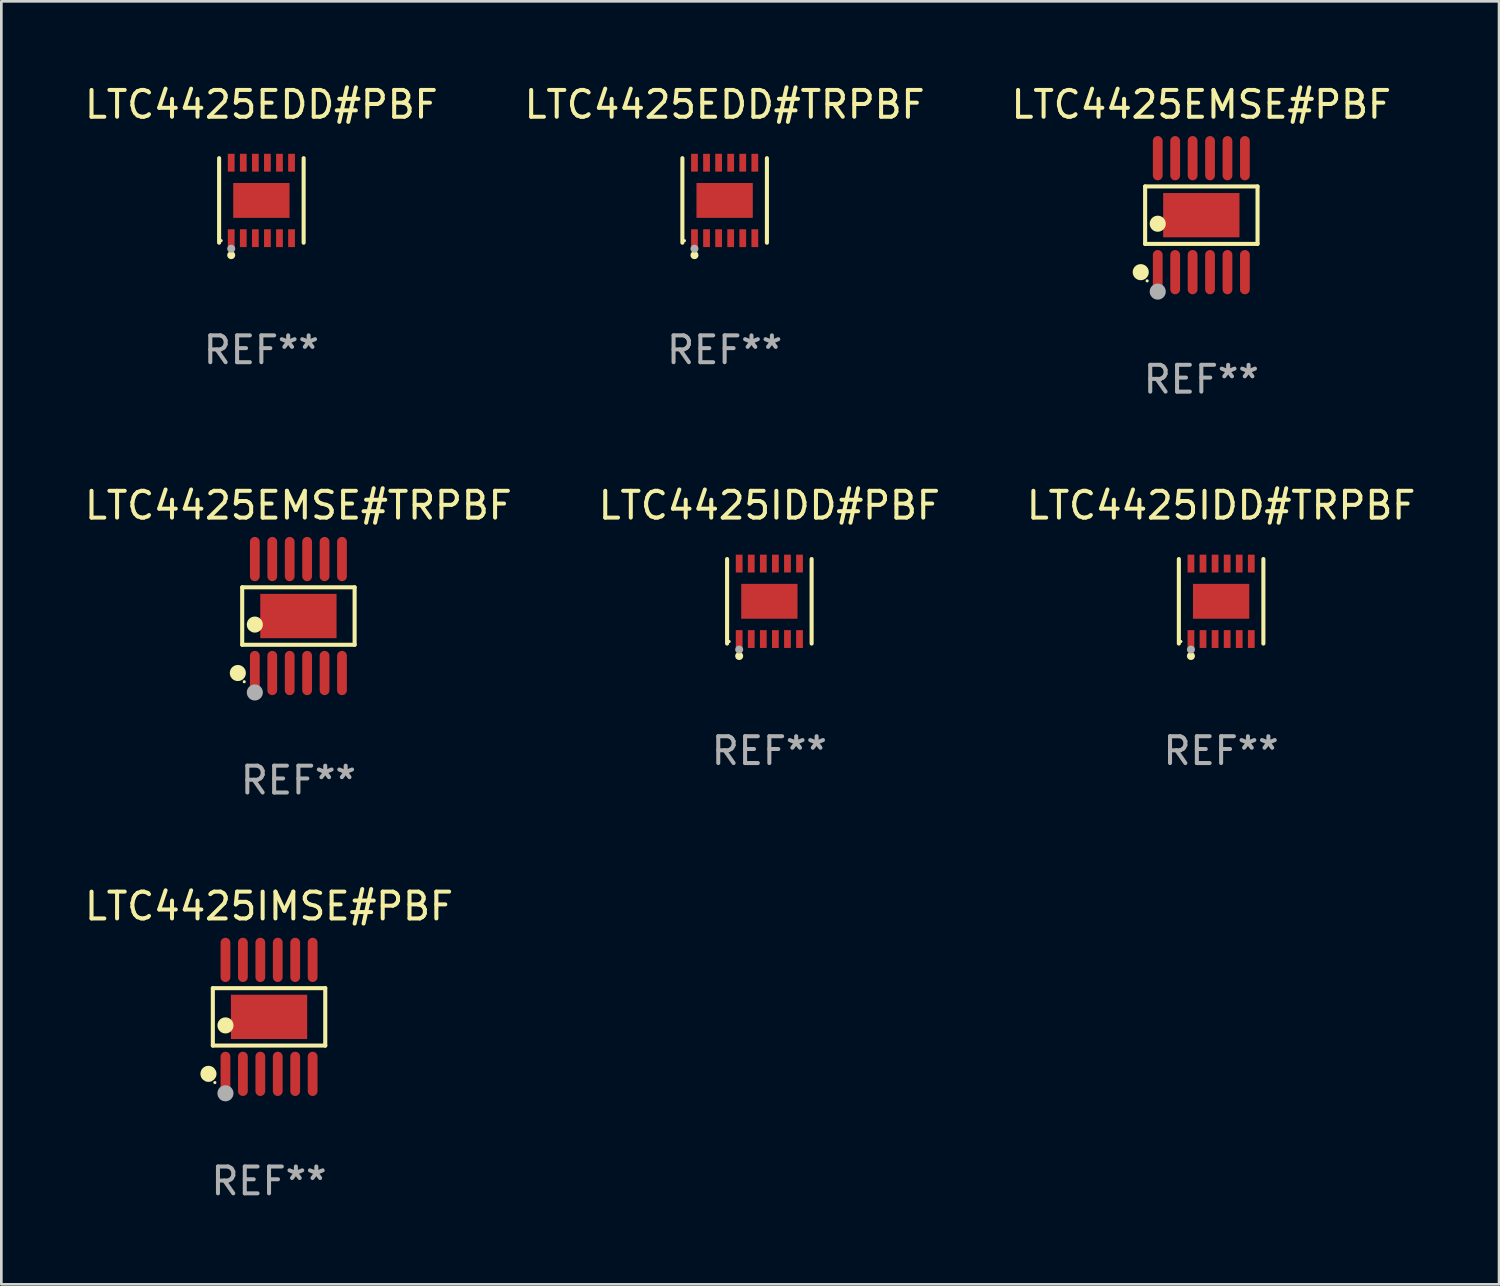
<source format=kicad_pcb>
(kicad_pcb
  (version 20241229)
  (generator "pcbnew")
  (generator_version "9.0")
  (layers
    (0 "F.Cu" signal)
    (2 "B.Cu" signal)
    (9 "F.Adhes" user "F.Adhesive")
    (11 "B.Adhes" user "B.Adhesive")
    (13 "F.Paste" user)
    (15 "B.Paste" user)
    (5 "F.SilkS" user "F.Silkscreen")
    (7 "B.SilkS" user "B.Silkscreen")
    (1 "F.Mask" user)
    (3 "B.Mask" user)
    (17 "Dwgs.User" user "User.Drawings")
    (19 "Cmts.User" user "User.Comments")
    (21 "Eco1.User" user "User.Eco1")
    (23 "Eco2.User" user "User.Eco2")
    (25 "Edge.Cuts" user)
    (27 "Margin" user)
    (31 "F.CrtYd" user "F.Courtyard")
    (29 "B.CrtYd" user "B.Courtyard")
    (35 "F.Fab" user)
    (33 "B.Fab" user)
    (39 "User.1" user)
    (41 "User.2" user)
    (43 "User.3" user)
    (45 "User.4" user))
  (footprint "LTC4425EMSE#PBF"
    (layer "F.Cu")
    (at 41.744 4.973)
    (property "Reference" "LTC4425EMSE#PBF" (at 0 -4.125 0) (layer "F.SilkS") (effects (font (size 1 1) (thickness 0.15))))
    (attr through_hole)
    (fp_line (start -2.096 -1.071) (end 2.096 -1.071) (stroke (width 0.152) (type solid)) (layer "F.SilkS"))
    (fp_line (start -2.096 1.071) (end -2.096 -1.071) (stroke (width 0.152) (type solid)) (layer "F.SilkS"))
    (fp_line (start 2.096 -1.071) (end 2.096 1.071) (stroke (width 0.152) (type solid)) (layer "F.SilkS"))
    (fp_line (start 2.096 1.071) (end -2.096 1.071) (stroke (width 0.152) (type solid)) (layer "F.SilkS"))
    (fp_circle (center -2.259 2.125) (end -2.109 2.125) (stroke (width 0.3) (type solid)) (fill no) (layer "F.SilkS"))
    (fp_circle (center -2.02 2.45) (end -1.99 2.45) (stroke (width 0.06) (type solid)) (fill no) (layer "F.SilkS"))
    (fp_circle (center -1.625 0.319) (end -1.475 0.319) (stroke (width 0.3) (type solid)) (fill no) (layer "F.SilkS"))
    (fp_circle (center -1.625 2.85) (end -1.475 2.85) (stroke (width 0.3) (type solid)) (fill no) (layer "F.Fab"))
    (fp_text user "REF**" (at 0 6.125 0) (layer "F.Fab") (effects (font (size 1 1) (thickness 0.15))))
    (pad "1" smd oval (at -1.625 2.125) (size 0.364 1.65) (layers "F.Cu" "F.Mask" "F.Paste"))
    (pad "2" smd oval (at -0.975 2.125) (size 0.364 1.65) (layers "F.Cu" "F.Mask" "F.Paste"))
    (pad "3" smd oval (at -0.325 2.125) (size 0.364 1.65) (layers "F.Cu" "F.Mask" "F.Paste"))
    (pad "4" smd oval (at 0.325 2.125) (size 0.364 1.65) (layers "F.Cu" "F.Mask" "F.Paste"))
    (pad "5" smd oval (at 0.975 2.125) (size 0.364 1.65) (layers "F.Cu" "F.Mask" "F.Paste"))
    (pad "6" smd oval (at 1.625 2.125) (size 0.364 1.65) (layers "F.Cu" "F.Mask" "F.Paste"))
    (pad "7" smd oval (at 1.625 -2.125) (size 0.364 1.65) (layers "F.Cu" "F.Mask" "F.Paste"))
    (pad "8" smd oval (at 0.975 -2.125) (size 0.364 1.65) (layers "F.Cu" "F.Mask" "F.Paste"))
    (pad "9" smd oval (at 0.325 -2.125) (size 0.364 1.65) (layers "F.Cu" "F.Mask" "F.Paste"))
    (pad "10" smd oval (at -0.325 -2.125) (size 0.364 1.65) (layers "F.Cu" "F.Mask" "F.Paste"))
    (pad "11" smd oval (at -0.975 -2.125) (size 0.364 1.65) (layers "F.Cu" "F.Mask" "F.Paste"))
    (pad "12" smd oval (at -1.625 -2.125) (size 0.364 1.65) (layers "F.Cu" "F.Mask" "F.Paste"))
    (pad "13" smd rect (at 0 0) (size 2.845 1.651) (layers "F.Cu" "F.Mask" "F.Paste")))
  (footprint "LTC4425IDD#TRPBF"
    (layer "F.Cu")
    (at 42.482 19.371)
    (property "Reference" "LTC4425IDD#TRPBF" (at 0 -3.576 0) (layer "F.SilkS") (effects (font (size 1 1) (thickness 0.15))))
    (attr through_hole)
    (fp_line (start -1.576 1.576) (end -1.576 -1.576) (stroke (width 0.152) (type solid)) (layer "F.SilkS"))
    (fp_line (start 1.576 1.576) (end 1.576 -1.576) (stroke (width 0.152) (type solid)) (layer "F.SilkS"))
    (fp_circle (center -1.5 1.5) (end -1.47 1.5) (stroke (width 0.06) (type solid)) (fill no) (layer "F.SilkS"))
    (fp_circle (center -1.125 2.04) (end -1.05 2.04) (stroke (width 0.15) (type solid)) (fill no) (layer "F.SilkS"))
    (fp_circle (center -1.125 1.8) (end -1.05 1.8) (stroke (width 0.15) (type solid)) (fill no) (layer "F.Fab"))
    (fp_text user "REF**" (at 0 5.576 0) (layer "F.Fab") (effects (font (size 1 1) (thickness 0.15))))
    (pad "1" smd rect (at -1.125 1.407) (size 0.252 0.665) (layers "F.Cu" "F.Mask" "F.Paste"))
    (pad "2" smd rect (at -0.675 1.407) (size 0.252 0.665) (layers "F.Cu" "F.Mask" "F.Paste"))
    (pad "3" smd rect (at -0.225 1.407) (size 0.252 0.665) (layers "F.Cu" "F.Mask" "F.Paste"))
    (pad "4" smd rect (at 0.225 1.407) (size 0.252 0.665) (layers "F.Cu" "F.Mask" "F.Paste"))
    (pad "5" smd rect (at 0.675 1.407) (size 0.252 0.665) (layers "F.Cu" "F.Mask" "F.Paste"))
    (pad "6" smd rect (at 1.125 1.407) (size 0.252 0.665) (layers "F.Cu" "F.Mask" "F.Paste"))
    (pad "7" smd rect (at 1.125 -1.407) (size 0.252 0.665) (layers "F.Cu" "F.Mask" "F.Paste"))
    (pad "8" smd rect (at 0.675 -1.407) (size 0.252 0.665) (layers "F.Cu" "F.Mask" "F.Paste"))
    (pad "9" smd rect (at 0.225 -1.407) (size 0.252 0.665) (layers "F.Cu" "F.Mask" "F.Paste"))
    (pad "10" smd rect (at -0.225 -1.407) (size 0.252 0.665) (layers "F.Cu" "F.Mask" "F.Paste"))
    (pad "11" smd rect (at -0.675 -1.407) (size 0.252 0.665) (layers "F.Cu" "F.Mask" "F.Paste"))
    (pad "12" smd rect (at -1.125 -1.407) (size 0.252 0.665) (layers "F.Cu" "F.Mask" "F.Paste"))
    (pad "13" smd rect (at 0 0) (size 2.1 1.3) (layers "F.Cu" "F.Mask" "F.Paste")))
  (footprint "LTC4425EDD#TRPBF"
    (layer "F.Cu")
    (at 23.97 4.424)
    (property "Reference" "LTC4425EDD#TRPBF" (at 0 -3.576 0) (layer "F.SilkS") (effects (font (size 1 1) (thickness 0.15))))
    (attr through_hole)
    (fp_line (start -1.576 1.576) (end -1.576 -1.576) (stroke (width 0.152) (type solid)) (layer "F.SilkS"))
    (fp_line (start 1.576 1.576) (end 1.576 -1.576) (stroke (width 0.152) (type solid)) (layer "F.SilkS"))
    (fp_circle (center -1.5 1.5) (end -1.47 1.5) (stroke (width 0.06) (type solid)) (fill no) (layer "F.SilkS"))
    (fp_circle (center -1.125 2.04) (end -1.05 2.04) (stroke (width 0.15) (type solid)) (fill no) (layer "F.SilkS"))
    (fp_circle (center -1.125 1.8) (end -1.05 1.8) (stroke (width 0.15) (type solid)) (fill no) (layer "F.Fab"))
    (fp_text user "REF**" (at 0 5.576 0) (layer "F.Fab") (effects (font (size 1 1) (thickness 0.15))))
    (pad "1" smd rect (at -1.125 1.407) (size 0.252 0.665) (layers "F.Cu" "F.Mask" "F.Paste"))
    (pad "2" smd rect (at -0.675 1.407) (size 0.252 0.665) (layers "F.Cu" "F.Mask" "F.Paste"))
    (pad "3" smd rect (at -0.225 1.407) (size 0.252 0.665) (layers "F.Cu" "F.Mask" "F.Paste"))
    (pad "4" smd rect (at 0.225 1.407) (size 0.252 0.665) (layers "F.Cu" "F.Mask" "F.Paste"))
    (pad "5" smd rect (at 0.675 1.407) (size 0.252 0.665) (layers "F.Cu" "F.Mask" "F.Paste"))
    (pad "6" smd rect (at 1.125 1.407) (size 0.252 0.665) (layers "F.Cu" "F.Mask" "F.Paste"))
    (pad "7" smd rect (at 1.125 -1.407) (size 0.252 0.665) (layers "F.Cu" "F.Mask" "F.Paste"))
    (pad "8" smd rect (at 0.675 -1.407) (size 0.252 0.665) (layers "F.Cu" "F.Mask" "F.Paste"))
    (pad "9" smd rect (at 0.225 -1.407) (size 0.252 0.665) (layers "F.Cu" "F.Mask" "F.Paste"))
    (pad "10" smd rect (at -0.225 -1.407) (size 0.252 0.665) (layers "F.Cu" "F.Mask" "F.Paste"))
    (pad "11" smd rect (at -0.675 -1.407) (size 0.252 0.665) (layers "F.Cu" "F.Mask" "F.Paste"))
    (pad "12" smd rect (at -1.125 -1.407) (size 0.252 0.665) (layers "F.Cu" "F.Mask" "F.Paste"))
    (pad "13" smd rect (at 0 0) (size 2.1 1.3) (layers "F.Cu" "F.Mask" "F.Paste")))
  (footprint "LTC4425EMSE#TRPBF"
    (layer "F.Cu")
    (at 8.077 19.92)
    (property "Reference" "LTC4425EMSE#TRPBF" (at 0 -4.125 0) (layer "F.SilkS") (effects (font (size 1 1) (thickness 0.15))))
    (attr through_hole)
    (fp_line (start -2.096 -1.071) (end 2.096 -1.071) (stroke (width 0.152) (type solid)) (layer "F.SilkS"))
    (fp_line (start -2.096 1.071) (end -2.096 -1.071) (stroke (width 0.152) (type solid)) (layer "F.SilkS"))
    (fp_line (start 2.096 -1.071) (end 2.096 1.071) (stroke (width 0.152) (type solid)) (layer "F.SilkS"))
    (fp_line (start 2.096 1.071) (end -2.096 1.071) (stroke (width 0.152) (type solid)) (layer "F.SilkS"))
    (fp_circle (center -2.259 2.125) (end -2.109 2.125) (stroke (width 0.3) (type solid)) (fill no) (layer "F.SilkS"))
    (fp_circle (center -2.02 2.45) (end -1.99 2.45) (stroke (width 0.06) (type solid)) (fill no) (layer "F.SilkS"))
    (fp_circle (center -1.625 0.319) (end -1.475 0.319) (stroke (width 0.3) (type solid)) (fill no) (layer "F.SilkS"))
    (fp_circle (center -1.625 2.85) (end -1.475 2.85) (stroke (width 0.3) (type solid)) (fill no) (layer "F.Fab"))
    (fp_text user "REF**" (at 0 6.125 0) (layer "F.Fab") (effects (font (size 1 1) (thickness 0.15))))
    (pad "1" smd oval (at -1.625 2.125) (size 0.364 1.65) (layers "F.Cu" "F.Mask" "F.Paste"))
    (pad "2" smd oval (at -0.975 2.125) (size 0.364 1.65) (layers "F.Cu" "F.Mask" "F.Paste"))
    (pad "3" smd oval (at -0.325 2.125) (size 0.364 1.65) (layers "F.Cu" "F.Mask" "F.Paste"))
    (pad "4" smd oval (at 0.325 2.125) (size 0.364 1.65) (layers "F.Cu" "F.Mask" "F.Paste"))
    (pad "5" smd oval (at 0.975 2.125) (size 0.364 1.65) (layers "F.Cu" "F.Mask" "F.Paste"))
    (pad "6" smd oval (at 1.625 2.125) (size 0.364 1.65) (layers "F.Cu" "F.Mask" "F.Paste"))
    (pad "7" smd oval (at 1.625 -2.125) (size 0.364 1.65) (layers "F.Cu" "F.Mask" "F.Paste"))
    (pad "8" smd oval (at 0.975 -2.125) (size 0.364 1.65) (layers "F.Cu" "F.Mask" "F.Paste"))
    (pad "9" smd oval (at 0.325 -2.125) (size 0.364 1.65) (layers "F.Cu" "F.Mask" "F.Paste"))
    (pad "10" smd oval (at -0.325 -2.125) (size 0.364 1.65) (layers "F.Cu" "F.Mask" "F.Paste"))
    (pad "11" smd oval (at -0.975 -2.125) (size 0.364 1.65) (layers "F.Cu" "F.Mask" "F.Paste"))
    (pad "12" smd oval (at -1.625 -2.125) (size 0.364 1.65) (layers "F.Cu" "F.Mask" "F.Paste"))
    (pad "13" smd rect (at 0 0) (size 2.845 1.651) (layers "F.Cu" "F.Mask" "F.Paste")))
  (footprint "LTC4425IDD#PBF"
    (layer "F.Cu")
    (at 25.637 19.371)
    (property "Reference" "LTC4425IDD#PBF" (at 0 -3.576 0) (layer "F.SilkS") (effects (font (size 1 1) (thickness 0.15))))
    (attr through_hole)
    (fp_line (start -1.576 1.576) (end -1.576 -1.576) (stroke (width 0.152) (type solid)) (layer "F.SilkS"))
    (fp_line (start 1.576 1.576) (end 1.576 -1.576) (stroke (width 0.152) (type solid)) (layer "F.SilkS"))
    (fp_circle (center -1.5 1.5) (end -1.47 1.5) (stroke (width 0.06) (type solid)) (fill no) (layer "F.SilkS"))
    (fp_circle (center -1.125 2.04) (end -1.05 2.04) (stroke (width 0.15) (type solid)) (fill no) (layer "F.SilkS"))
    (fp_circle (center -1.125 1.8) (end -1.05 1.8) (stroke (width 0.15) (type solid)) (fill no) (layer "F.Fab"))
    (fp_text user "REF**" (at 0 5.576 0) (layer "F.Fab") (effects (font (size 1 1) (thickness 0.15))))
    (pad "1" smd rect (at -1.125 1.407) (size 0.252 0.665) (layers "F.Cu" "F.Mask" "F.Paste"))
    (pad "2" smd rect (at -0.675 1.407) (size 0.252 0.665) (layers "F.Cu" "F.Mask" "F.Paste"))
    (pad "3" smd rect (at -0.225 1.407) (size 0.252 0.665) (layers "F.Cu" "F.Mask" "F.Paste"))
    (pad "4" smd rect (at 0.225 1.407) (size 0.252 0.665) (layers "F.Cu" "F.Mask" "F.Paste"))
    (pad "5" smd rect (at 0.675 1.407) (size 0.252 0.665) (layers "F.Cu" "F.Mask" "F.Paste"))
    (pad "6" smd rect (at 1.125 1.407) (size 0.252 0.665) (layers "F.Cu" "F.Mask" "F.Paste"))
    (pad "7" smd rect (at 1.125 -1.407) (size 0.252 0.665) (layers "F.Cu" "F.Mask" "F.Paste"))
    (pad "8" smd rect (at 0.675 -1.407) (size 0.252 0.665) (layers "F.Cu" "F.Mask" "F.Paste"))
    (pad "9" smd rect (at 0.225 -1.407) (size 0.252 0.665) (layers "F.Cu" "F.Mask" "F.Paste"))
    (pad "10" smd rect (at -0.225 -1.407) (size 0.252 0.665) (layers "F.Cu" "F.Mask" "F.Paste"))
    (pad "11" smd rect (at -0.675 -1.407) (size 0.252 0.665) (layers "F.Cu" "F.Mask" "F.Paste"))
    (pad "12" smd rect (at -1.125 -1.407) (size 0.252 0.665) (layers "F.Cu" "F.Mask" "F.Paste"))
    (pad "13" smd rect (at 0 0) (size 2.1 1.3) (layers "F.Cu" "F.Mask" "F.Paste")))
  (footprint "LTC4425IMSE#PBF"
    (layer "F.Cu")
    (at 6.982 34.866)
    (property "Reference" "LTC4425IMSE#PBF" (at 0 -4.125 0) (layer "F.SilkS") (effects (font (size 1 1) (thickness 0.15))))
    (attr through_hole)
    (fp_line (start -2.096 -1.071) (end 2.096 -1.071) (stroke (width 0.152) (type solid)) (layer "F.SilkS"))
    (fp_line (start -2.096 1.071) (end -2.096 -1.071) (stroke (width 0.152) (type solid)) (layer "F.SilkS"))
    (fp_line (start 2.096 -1.071) (end 2.096 1.071) (stroke (width 0.152) (type solid)) (layer "F.SilkS"))
    (fp_line (start 2.096 1.071) (end -2.096 1.071) (stroke (width 0.152) (type solid)) (layer "F.SilkS"))
    (fp_circle (center -2.259 2.125) (end -2.109 2.125) (stroke (width 0.3) (type solid)) (fill no) (layer "F.SilkS"))
    (fp_circle (center -2.02 2.45) (end -1.99 2.45) (stroke (width 0.06) (type solid)) (fill no) (layer "F.SilkS"))
    (fp_circle (center -1.625 0.319) (end -1.475 0.319) (stroke (width 0.3) (type solid)) (fill no) (layer "F.SilkS"))
    (fp_circle (center -1.625 2.85) (end -1.475 2.85) (stroke (width 0.3) (type solid)) (fill no) (layer "F.Fab"))
    (fp_text user "REF**" (at 0 6.125 0) (layer "F.Fab") (effects (font (size 1 1) (thickness 0.15))))
    (pad "1" smd oval (at -1.625 2.125) (size 0.364 1.65) (layers "F.Cu" "F.Mask" "F.Paste"))
    (pad "2" smd oval (at -0.975 2.125) (size 0.364 1.65) (layers "F.Cu" "F.Mask" "F.Paste"))
    (pad "3" smd oval (at -0.325 2.125) (size 0.364 1.65) (layers "F.Cu" "F.Mask" "F.Paste"))
    (pad "4" smd oval (at 0.325 2.125) (size 0.364 1.65) (layers "F.Cu" "F.Mask" "F.Paste"))
    (pad "5" smd oval (at 0.975 2.125) (size 0.364 1.65) (layers "F.Cu" "F.Mask" "F.Paste"))
    (pad "6" smd oval (at 1.625 2.125) (size 0.364 1.65) (layers "F.Cu" "F.Mask" "F.Paste"))
    (pad "7" smd oval (at 1.625 -2.125) (size 0.364 1.65) (layers "F.Cu" "F.Mask" "F.Paste"))
    (pad "8" smd oval (at 0.975 -2.125) (size 0.364 1.65) (layers "F.Cu" "F.Mask" "F.Paste"))
    (pad "9" smd oval (at 0.325 -2.125) (size 0.364 1.65) (layers "F.Cu" "F.Mask" "F.Paste"))
    (pad "10" smd oval (at -0.325 -2.125) (size 0.364 1.65) (layers "F.Cu" "F.Mask" "F.Paste"))
    (pad "11" smd oval (at -0.975 -2.125) (size 0.364 1.65) (layers "F.Cu" "F.Mask" "F.Paste"))
    (pad "12" smd oval (at -1.625 -2.125) (size 0.364 1.65) (layers "F.Cu" "F.Mask" "F.Paste"))
    (pad "13" smd rect (at 0 0) (size 2.845 1.651) (layers "F.Cu" "F.Mask" "F.Paste")))
  (footprint "LTC4425EDD#PBF"
    (layer "F.Cu")
    (at 6.696 4.424)
    (property "Reference" "LTC4425EDD#PBF" (at 0 -3.576 0) (layer "F.SilkS") (effects (font (size 1 1) (thickness 0.15))))
    (attr through_hole)
    (fp_line (start -1.576 1.576) (end -1.576 -1.576) (stroke (width 0.152) (type solid)) (layer "F.SilkS"))
    (fp_line (start 1.576 1.576) (end 1.576 -1.576) (stroke (width 0.152) (type solid)) (layer "F.SilkS"))
    (fp_circle (center -1.5 1.5) (end -1.47 1.5) (stroke (width 0.06) (type solid)) (fill no) (layer "F.SilkS"))
    (fp_circle (center -1.125 2.04) (end -1.05 2.04) (stroke (width 0.15) (type solid)) (fill no) (layer "F.SilkS"))
    (fp_circle (center -1.125 1.8) (end -1.05 1.8) (stroke (width 0.15) (type solid)) (fill no) (layer "F.Fab"))
    (fp_text user "REF**" (at 0 5.576 0) (layer "F.Fab") (effects (font (size 1 1) (thickness 0.15))))
    (pad "1" smd rect (at -1.125 1.407) (size 0.252 0.665) (layers "F.Cu" "F.Mask" "F.Paste"))
    (pad "2" smd rect (at -0.675 1.407) (size 0.252 0.665) (layers "F.Cu" "F.Mask" "F.Paste"))
    (pad "3" smd rect (at -0.225 1.407) (size 0.252 0.665) (layers "F.Cu" "F.Mask" "F.Paste"))
    (pad "4" smd rect (at 0.225 1.407) (size 0.252 0.665) (layers "F.Cu" "F.Mask" "F.Paste"))
    (pad "5" smd rect (at 0.675 1.407) (size 0.252 0.665) (layers "F.Cu" "F.Mask" "F.Paste"))
    (pad "6" smd rect (at 1.125 1.407) (size 0.252 0.665) (layers "F.Cu" "F.Mask" "F.Paste"))
    (pad "7" smd rect (at 1.125 -1.407) (size 0.252 0.665) (layers "F.Cu" "F.Mask" "F.Paste"))
    (pad "8" smd rect (at 0.675 -1.407) (size 0.252 0.665) (layers "F.Cu" "F.Mask" "F.Paste"))
    (pad "9" smd rect (at 0.225 -1.407) (size 0.252 0.665) (layers "F.Cu" "F.Mask" "F.Paste"))
    (pad "10" smd rect (at -0.225 -1.407) (size 0.252 0.665) (layers "F.Cu" "F.Mask" "F.Paste"))
    (pad "11" smd rect (at -0.675 -1.407) (size 0.252 0.665) (layers "F.Cu" "F.Mask" "F.Paste"))
    (pad "12" smd rect (at -1.125 -1.407) (size 0.252 0.665) (layers "F.Cu" "F.Mask" "F.Paste"))
    (pad "13" smd rect (at 0 0) (size 2.1 1.3) (layers "F.Cu" "F.Mask" "F.Paste")))
  (gr_rect
    (start -3 -3)
    (end 52.845 44.839)
    (stroke (width 0.1) (type default))
    (fill no)
    (layer "Edge.Cuts")))
</source>
